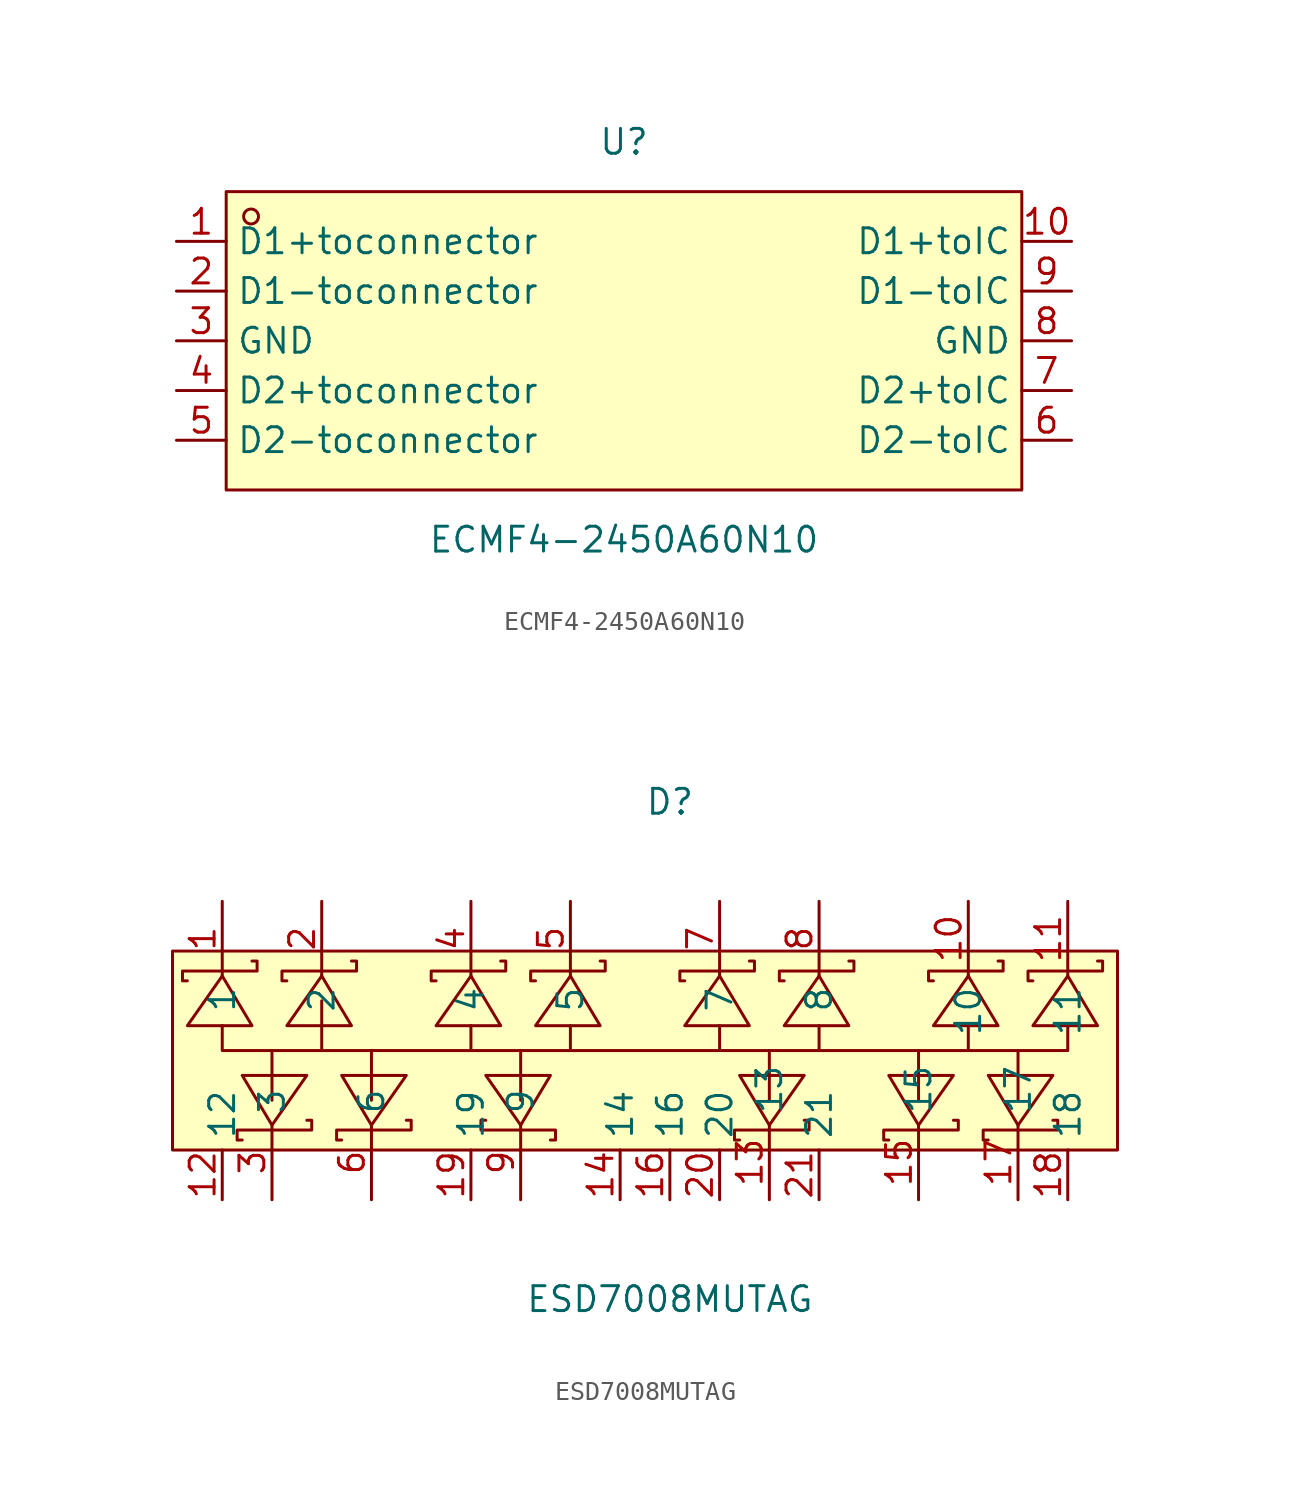
<source format=kicad_sym>
(kicad_symbol_lib
  (version 20220914)
  (generator https://github.com/uPesy/easyeda2kicad.py)
  (symbol "ECMF4-2450A60N10"
    (property "Reference" "U"
      (at 0 10.16 0)
      (effects (font (size 1.27 1.27))))
    (property "Value" "ECMF4-2450A60N10"
      (at 0 -10.16 0)
      (effects (font (size 1.27 1.27))))
    (symbol "ECMF4-2450A60N10_0_1"
      (rectangle (start -20.32 7.62) (end 20.32 -7.62) (stroke (width 0) (type default)) (fill (type background)))
      (circle (center -19.05 6.35) (radius 0.38) (stroke (width 0) (type default)) (fill (type none)))
      (pin unspecified line (at -22.86 5.08 0) (length 2.54) (name "D1+toconnector" (effects (font (size 1.27 1.27)))) (number "1" (effects (font (size 1.27 1.27)))))
      (pin unspecified line (at 22.86 5.08 180) (length 2.54) (name "D1+toIC" (effects (font (size 1.27 1.27)))) (number "10" (effects (font (size 1.27 1.27)))))
      (pin unspecified line (at -22.86 2.54 0) (length 2.54) (name "D1-toconnector" (effects (font (size 1.27 1.27)))) (number "2" (effects (font (size 1.27 1.27)))))
      (pin unspecified line (at -22.86 0 0) (length 2.54) (name "GND" (effects (font (size 1.27 1.27)))) (number "3" (effects (font (size 1.27 1.27)))))
      (pin unspecified line (at -22.86 -2.54 0) (length 2.54) (name "D2+toconnector" (effects (font (size 1.27 1.27)))) (number "4" (effects (font (size 1.27 1.27)))))
      (pin unspecified line (at -22.86 -5.08 0) (length 2.54) (name "D2-toconnector" (effects (font (size 1.27 1.27)))) (number "5" (effects (font (size 1.27 1.27)))))
      (pin unspecified line (at 22.86 -5.08 180) (length 2.54) (name "D2-toIC" (effects (font (size 1.27 1.27)))) (number "6" (effects (font (size 1.27 1.27)))))
      (pin unspecified line (at 22.86 -2.54 180) (length 2.54) (name "D2+toIC" (effects (font (size 1.27 1.27)))) (number "7" (effects (font (size 1.27 1.27)))))
      (pin unspecified line (at 22.86 0 180) (length 2.54) (name "GND" (effects (font (size 1.27 1.27)))) (number "8" (effects (font (size 1.27 1.27)))))
      (pin unspecified line (at 22.86 2.54 180) (length 2.54) (name "D1-toIC" (effects (font (size 1.27 1.27)))) (number "9" (effects (font (size 1.27 1.27)))))))
  (symbol "ESD7008MUTAG"
    (property "Reference" "D"
      (at 0 12.7 0)
      (effects (font (size 1.27 1.27))))
    (property "Value" "ESD7008MUTAG"
      (at 0 -12.7 0)
      (effects (font (size 1.27 1.27))))
    (symbol "ESD7008MUTAG_0_1"
      (rectangle (start -25.4 5.08) (end 22.86 -5.08) (stroke (width 0) (type default)) (fill (type background)))
      (polyline (pts (xy -20.32 0) (xy -20.32 -2.54)) (stroke (width 0) (type default)) (fill (type none)))
      (polyline (pts (xy -17.78 2.54) (xy -17.78 0)) (stroke (width 0) (type default)) (fill (type none)))
      (polyline (pts (xy -15.24 0) (xy -15.24 -2.54)) (stroke (width 0) (type default)) (fill (type none)))
      (polyline (pts (xy -10.16 1.27) (xy -10.16 0)) (stroke (width 0) (type default)) (fill (type none)))
      (polyline (pts (xy -7.62 0) (xy -7.62 -2.54)) (stroke (width 0) (type default)) (fill (type none)))
      (polyline (pts (xy -5.08 1.27) (xy -5.08 0)) (stroke (width 0) (type default)) (fill (type none)))
      (polyline (pts (xy 2.54 1.27) (xy 2.54 0)) (stroke (width 0) (type default)) (fill (type none)))
      (polyline (pts (xy 5.08 0) (xy 5.08 -2.54)) (stroke (width 0) (type default)) (fill (type none)))
      (polyline (pts (xy 7.62 1.27) (xy 7.62 0)) (stroke (width 0) (type default)) (fill (type none)))
      (polyline (pts (xy 12.7 0) (xy 12.7 -2.54)) (stroke (width 0) (type default)) (fill (type none)))
      (polyline (pts (xy 15.24 1.27) (xy 15.24 0)) (stroke (width 0) (type default)) (fill (type none)))
      (polyline (pts (xy 17.78 0) (xy 17.78 -2.54)) (stroke (width 0) (type default)) (fill (type none)))
      (polyline (pts (xy -22.86 1.27) (xy -22.86 0) (xy 20.32 0) (xy 20.32 1.27)) (stroke (width 0) (type default)) (fill (type none)))
      (polyline (pts (xy -21.84 -1.27) (xy -20.32 -3.81) (xy -18.54 -1.27) (xy -21.84 -1.27)) (stroke (width 0) (type default)) (fill (type background)))
      (polyline (pts (xy -21.34 1.27) (xy -22.86 3.81) (xy -24.64 1.27) (xy -21.34 1.27)) (stroke (width 0) (type default)) (fill (type background)))
      (polyline (pts (xy -16.76 -1.27) (xy -15.24 -3.81) (xy -13.46 -1.27) (xy -16.76 -1.27)) (stroke (width 0) (type default)) (fill (type background)))
      (polyline (pts (xy -16.26 1.27) (xy -17.78 3.81) (xy -19.56 1.27) (xy -16.26 1.27)) (stroke (width 0) (type default)) (fill (type background)))
      (polyline (pts (xy -8.64 1.27) (xy -10.16 3.81) (xy -11.94 1.27) (xy -8.64 1.27)) (stroke (width 0) (type default)) (fill (type background)))
      (polyline (pts (xy -6.1 -1.27) (xy -7.62 -3.81) (xy -9.4 -1.27) (xy -6.1 -1.27)) (stroke (width 0) (type default)) (fill (type background)))
      (polyline (pts (xy -3.56 1.27) (xy -5.08 3.81) (xy -6.86 1.27) (xy -3.56 1.27)) (stroke (width 0) (type default)) (fill (type background)))
      (polyline (pts (xy 3.56 -1.27) (xy 5.08 -3.81) (xy 6.86 -1.27) (xy 3.56 -1.27)) (stroke (width 0) (type default)) (fill (type background)))
      (polyline (pts (xy 4.06 1.27) (xy 2.54 3.81) (xy 0.76 1.27) (xy 4.06 1.27)) (stroke (width 0) (type default)) (fill (type background)))
      (polyline (pts (xy 9.14 1.27) (xy 7.62 3.81) (xy 5.84 1.27) (xy 9.14 1.27)) (stroke (width 0) (type default)) (fill (type background)))
      (polyline (pts (xy 11.18 -1.27) (xy 12.7 -3.81) (xy 14.48 -1.27) (xy 11.18 -1.27)) (stroke (width 0) (type default)) (fill (type background)))
      (polyline (pts (xy 16.26 -1.27) (xy 17.78 -3.81) (xy 19.56 -1.27) (xy 16.26 -1.27)) (stroke (width 0) (type default)) (fill (type background)))
      (polyline (pts (xy 16.76 1.27) (xy 15.24 3.81) (xy 13.46 1.27) (xy 16.76 1.27)) (stroke (width 0) (type default)) (fill (type background)))
      (polyline (pts (xy 21.84 1.27) (xy 20.32 3.81) (xy 18.54 1.27) (xy 21.84 1.27)) (stroke (width 0) (type default)) (fill (type background)))
      (polyline (pts (xy -21.84 -4.57) (xy -22.1 -4.57) (xy -22.1 -4.06) (xy -18.29 -4.06) (xy -18.29 -3.56) (xy -18.54 -3.56)) (stroke (width 0) (type default)) (fill (type none)))
      (polyline (pts (xy -21.34 4.57) (xy -21.08 4.57) (xy -21.08 4.06) (xy -24.89 4.06) (xy -24.89 3.56) (xy -24.64 3.56)) (stroke (width 0) (type default)) (fill (type none)))
      (polyline (pts (xy -16.76 -4.57) (xy -17.02 -4.57) (xy -17.02 -4.06) (xy -13.21 -4.06) (xy -13.21 -3.56) (xy -13.46 -3.56)) (stroke (width 0) (type default)) (fill (type none)))
      (polyline (pts (xy -16.26 4.57) (xy -16 4.57) (xy -16 4.06) (xy -19.81 4.06) (xy -19.81 3.56) (xy -19.56 3.56)) (stroke (width 0) (type default)) (fill (type none)))
      (polyline (pts (xy -8.64 4.57) (xy -8.38 4.57) (xy -8.38 4.06) (xy -12.19 4.06) (xy -12.19 3.56) (xy -11.94 3.56)) (stroke (width 0) (type default)) (fill (type none)))
      (polyline (pts (xy -6.1 -4.57) (xy -5.84 -4.57) (xy -5.84 -4.06) (xy -9.65 -4.06) (xy -9.65 -3.56) (xy -9.4 -3.56)) (stroke (width 0) (type default)) (fill (type none)))
      (polyline (pts (xy -3.56 4.57) (xy -3.3 4.57) (xy -3.3 4.06) (xy -7.11 4.06) (xy -7.11 3.56) (xy -6.86 3.56)) (stroke (width 0) (type default)) (fill (type none)))
      (polyline (pts (xy 3.56 -4.57) (xy 3.3 -4.57) (xy 3.3 -4.06) (xy 7.11 -4.06) (xy 7.11 -3.56) (xy 6.86 -3.56)) (stroke (width 0) (type default)) (fill (type none)))
      (polyline (pts (xy 4.06 4.57) (xy 4.32 4.57) (xy 4.32 4.06) (xy 0.51 4.06) (xy 0.51 3.56) (xy 0.76 3.56)) (stroke (width 0) (type default)) (fill (type none)))
      (polyline (pts (xy 9.14 4.57) (xy 9.4 4.57) (xy 9.4 4.06) (xy 5.59 4.06) (xy 5.59 3.56) (xy 5.84 3.56)) (stroke (width 0) (type default)) (fill (type none)))
      (polyline (pts (xy 11.18 -4.57) (xy 10.92 -4.57) (xy 10.92 -4.06) (xy 14.73 -4.06) (xy 14.73 -3.56) (xy 14.48 -3.56)) (stroke (width 0) (type default)) (fill (type none)))
      (polyline (pts (xy 16.26 -4.57) (xy 16 -4.57) (xy 16 -4.06) (xy 19.81 -4.06) (xy 19.81 -3.56) (xy 19.56 -3.56)) (stroke (width 0) (type default)) (fill (type none)))
      (polyline (pts (xy 16.76 4.57) (xy 17.02 4.57) (xy 17.02 4.06) (xy 13.21 4.06) (xy 13.21 3.56) (xy 13.46 3.56)) (stroke (width 0) (type default)) (fill (type none)))
      (polyline (pts (xy 21.84 4.57) (xy 22.1 4.57) (xy 22.1 4.06) (xy 18.29 4.06) (xy 18.29 3.56) (xy 18.54 3.56)) (stroke (width 0) (type default)) (fill (type none)))
      (pin unspecified line (at -22.86 7.62 270) (length 3.81) (name "1" (effects (font (size 1.27 1.27)))) (number "1" (effects (font (size 1.27 1.27)))))
      (pin unspecified line (at 15.24 7.62 270) (length 3.81) (name "10" (effects (font (size 1.27 1.27)))) (number "10" (effects (font (size 1.27 1.27)))))
      (pin unspecified line (at 20.32 7.62 270) (length 3.81) (name "11" (effects (font (size 1.27 1.27)))) (number "11" (effects (font (size 1.27 1.27)))))
      (pin unspecified line (at -22.86 -7.62 90) (length 2.54) (name "12" (effects (font (size 1.27 1.27)))) (number "12" (effects (font (size 1.27 1.27)))))
      (pin unspecified line (at 5.08 -7.62 90) (length 3.81) (name "13" (effects (font (size 1.27 1.27)))) (number "13" (effects (font (size 1.27 1.27)))))
      (pin unspecified line (at -2.54 -7.62 90) (length 2.54) (name "14" (effects (font (size 1.27 1.27)))) (number "14" (effects (font (size 1.27 1.27)))))
      (pin unspecified line (at 12.7 -7.62 90) (length 3.81) (name "15" (effects (font (size 1.27 1.27)))) (number "15" (effects (font (size 1.27 1.27)))))
      (pin unspecified line (at 0 -7.62 90) (length 2.54) (name "16" (effects (font (size 1.27 1.27)))) (number "16" (effects (font (size 1.27 1.27)))))
      (pin unspecified line (at 17.78 -7.62 90) (length 3.81) (name "17" (effects (font (size 1.27 1.27)))) (number "17" (effects (font (size 1.27 1.27)))))
      (pin unspecified line (at 20.32 -7.62 90) (length 2.54) (name "18" (effects (font (size 1.27 1.27)))) (number "18" (effects (font (size 1.27 1.27)))))
      (pin unspecified line (at -10.16 -7.62 90) (length 2.54) (name "19" (effects (font (size 1.27 1.27)))) (number "19" (effects (font (size 1.27 1.27)))))
      (pin unspecified line (at -17.78 7.62 270) (length 3.81) (name "2" (effects (font (size 1.27 1.27)))) (number "2" (effects (font (size 1.27 1.27)))))
      (pin unspecified line (at 2.54 -7.62 90) (length 2.54) (name "20" (effects (font (size 1.27 1.27)))) (number "20" (effects (font (size 1.27 1.27)))))
      (pin unspecified line (at 7.62 -7.62 90) (length 2.54) (name "21" (effects (font (size 1.27 1.27)))) (number "21" (effects (font (size 1.27 1.27)))))
      (pin unspecified line (at -20.32 -7.62 90) (length 3.81) (name "3" (effects (font (size 1.27 1.27)))) (number "3" (effects (font (size 1.27 1.27)))))
      (pin unspecified line (at -10.16 7.62 270) (length 3.81) (name "4" (effects (font (size 1.27 1.27)))) (number "4" (effects (font (size 1.27 1.27)))))
      (pin unspecified line (at -5.08 7.62 270) (length 3.81) (name "5" (effects (font (size 1.27 1.27)))) (number "5" (effects (font (size 1.27 1.27)))))
      (pin unspecified line (at -15.24 -7.62 90) (length 3.81) (name "6" (effects (font (size 1.27 1.27)))) (number "6" (effects (font (size 1.27 1.27)))))
      (pin unspecified line (at 2.54 7.62 270) (length 3.81) (name "7" (effects (font (size 1.27 1.27)))) (number "7" (effects (font (size 1.27 1.27)))))
      (pin unspecified line (at 7.62 7.62 270) (length 3.81) (name "8" (effects (font (size 1.27 1.27)))) (number "8" (effects (font (size 1.27 1.27)))))
      (pin unspecified line (at -7.62 -7.62 90) (length 3.81) (name "9" (effects (font (size 1.27 1.27)))) (number "9" (effects (font (size 1.27 1.27))))))))
</source>
